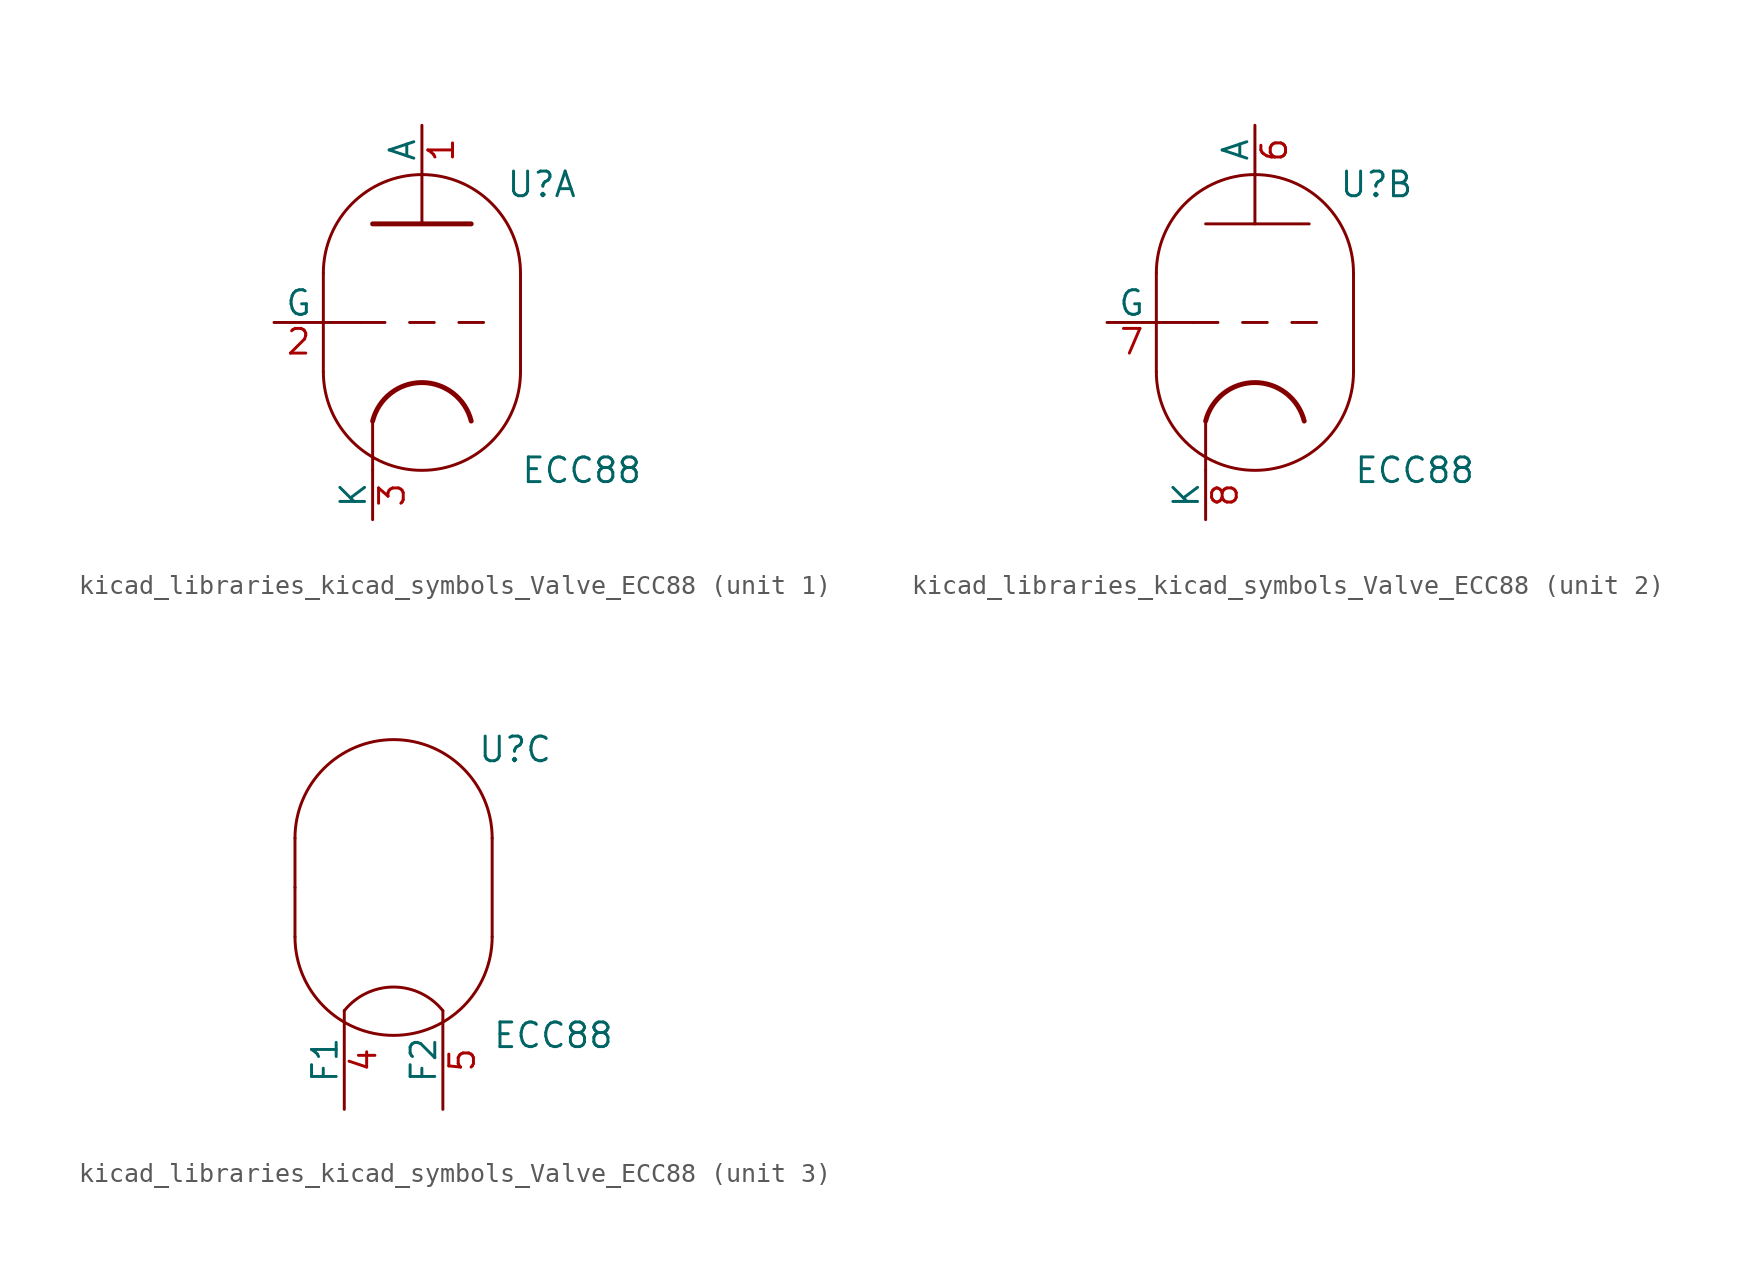
<source format=kicad_sym>
(kicad_symbol_lib
  (version 20220914)
  (generator kicad_symbol_editor)
  (symbol "kicad_libraries_kicad_symbols_Valve_ECC88"
    (pin_names
      (offset 0))
    (property "Reference" "U"
      (at 4.318 7.112 0)
      (effects (font (size 1.27 1.27)) (justify left)))
    (property "Value" "ECC88"
      (at 5.08 -7.62 0)
      (effects (font (size 1.27 1.27)) (justify left)))
    (property "ki_locked" ""
      (at 0 0 0)
      (effects (font (size 1.27 1.27))))
    (symbol "kicad_libraries_kicad_symbols_Valve_ECC88_0_1"
      (arc (start -5.08 -2.54) (mid 0 -7.5979) (end 5.08 -2.54) (stroke (width 0) (type default)) (fill (type none)))
      (polyline (pts (xy -5.08 0) (xy -5.08 -2.54)) (stroke (width 0) (type default)) (fill (type none)))
      (polyline (pts (xy -5.08 2.54) (xy -5.08 0)) (stroke (width 0) (type default)) (fill (type none)))
      (polyline (pts (xy 5.08 2.54) (xy 5.08 -2.54)) (stroke (width 0) (type default)) (fill (type none)))
      (arc (start 5.08 2.54) (mid 0 7.5979) (end -5.08 2.54) (stroke (width 0) (type default)) (fill (type none))))
    (symbol "kicad_libraries_kicad_symbols_Valve_ECC88_1_0"
      (polyline (pts (xy -2.54 -5.08) (xy -2.54 -7.62)) (stroke (width 0) (type default)) (fill (type none)))
      (polyline (pts (xy 0 5.08) (xy 0 7.62)) (stroke (width 0) (type default)) (fill (type none))))
    (symbol "kicad_libraries_kicad_symbols_Valve_ECC88_1_1"
      (polyline (pts (xy -5.08 0) (xy -3.175 0)) (stroke (width 0) (type default)) (fill (type none)))
      (polyline (pts (xy -1.905 0) (xy -3.175 0)) (stroke (width 0.152) (type default)) (fill (type none)))
      (polyline (pts (xy -0.635 0) (xy 0.635 0)) (stroke (width 0.152) (type default)) (fill (type none)))
      (polyline (pts (xy 1.905 0) (xy 3.175 0)) (stroke (width 0.152) (type default)) (fill (type none)))
      (polyline (pts (xy -2.54 5.08) (xy 2.54 5.08) (xy 2.54 5.08)) (stroke (width 0.254) (type default)) (fill (type none)))
      (arc (start 2.54 -5.08) (mid 0 -3.0968) (end -2.54 -5.08) (stroke (width 0.254) (type default)) (fill (type none)))
      (pin output line (at 0 10.16 270) (length 2.54) (name "A" (effects (font (size 1.27 1.27)))) (number "1" (effects (font (size 1.27 1.27)))))
      (pin input line (at -7.62 0 0) (length 2.54) (name "G" (effects (font (size 1.27 1.27)))) (number "2" (effects (font (size 1.27 1.27)))))
      (pin bidirectional line (at -2.54 -10.16 90) (length 2.54) (name "K" (effects (font (size 1.27 1.27)))) (number "3" (effects (font (size 1.27 1.27))))))
    (symbol "kicad_libraries_kicad_symbols_Valve_ECC88_2_0"
      (polyline (pts (xy -5.08 0) (xy -3.175 0)) (stroke (width 0) (type default)) (fill (type none)))
      (polyline (pts (xy -2.54 -5.08) (xy -2.54 -7.62)) (stroke (width 0) (type default)) (fill (type none)))
      (polyline (pts (xy -1.905 0) (xy -3.175 0)) (stroke (width 0.152) (type default)) (fill (type none)))
      (polyline (pts (xy -0.635 0) (xy 0.635 0)) (stroke (width 0.152) (type default)) (fill (type none)))
      (polyline (pts (xy 0 5.08) (xy 0 7.62)) (stroke (width 0) (type default)) (fill (type none)))
      (polyline (pts (xy 1.905 0) (xy 3.175 0)) (stroke (width 0.152) (type default)) (fill (type none)))
      (polyline (pts (xy 2.794 5.08) (xy -2.54 5.08) (xy -2.54 5.08)) (stroke (width 0.152) (type default)) (fill (type none))))
    (symbol "kicad_libraries_kicad_symbols_Valve_ECC88_2_1"
      (arc (start 2.54 -5.08) (mid 0 -3.0968) (end -2.54 -5.08) (stroke (width 0.254) (type default)) (fill (type none)))
      (pin output line (at 0 10.16 270) (length 2.54) (name "A" (effects (font (size 1.27 1.27)))) (number "6" (effects (font (size 1.27 1.27)))))
      (pin input line (at -7.62 0 0) (length 2.54) (name "G" (effects (font (size 1.27 1.27)))) (number "7" (effects (font (size 1.27 1.27)))))
      (pin bidirectional line (at -2.54 -10.16 90) (length 2.54) (name "K" (effects (font (size 1.27 1.27)))) (number "8" (effects (font (size 1.27 1.27))))))
    (symbol "kicad_libraries_kicad_symbols_Valve_ECC88_3_1"
      (arc (start 2.54 -6.35) (mid 0 -5.1292) (end -2.54 -6.35) (stroke (width 0) (type default)) (fill (type none)))
      (pin power_in line (at -2.54 -11.43 90) (length 5.08) (name "F1" (effects (font (size 1.27 1.27)))) (number "4" (effects (font (size 1.27 1.27)))))
      (pin power_in line (at 2.54 -11.43 90) (length 5.08) (name "F2" (effects (font (size 1.27 1.27)))) (number "5" (effects (font (size 1.27 1.27))))))))
</source>
